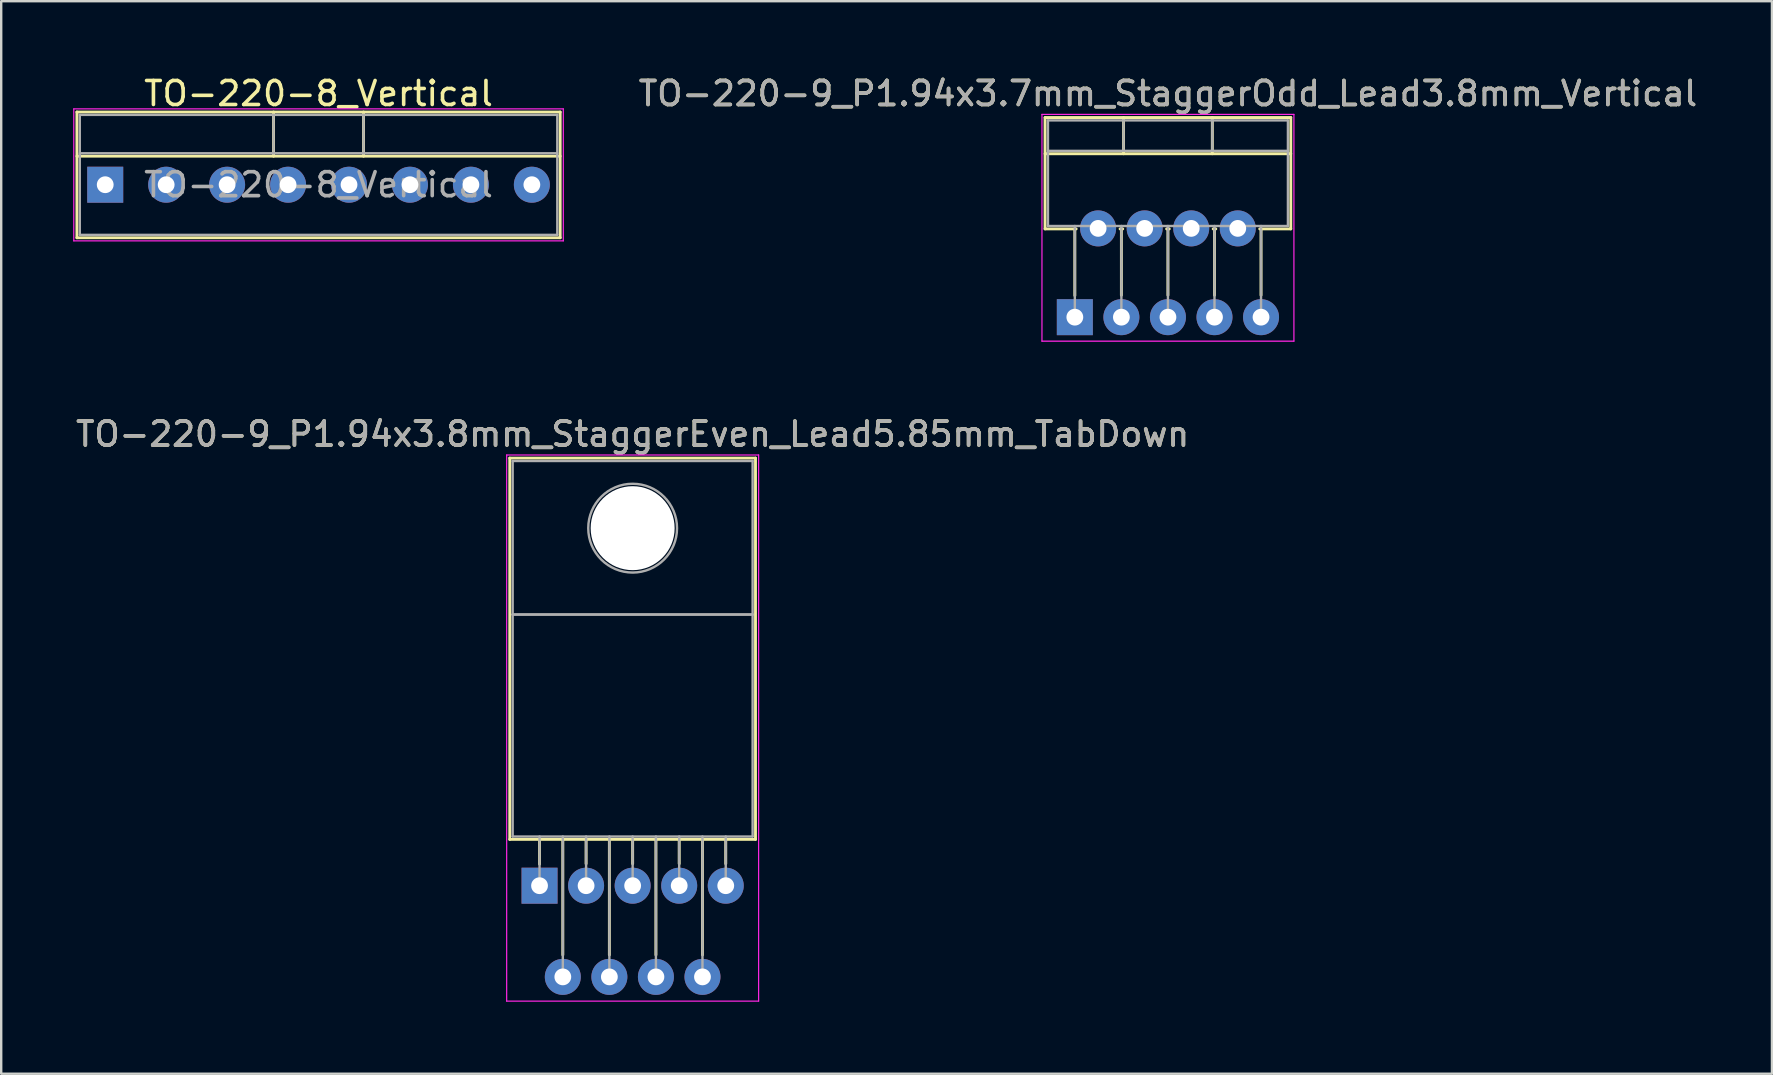
<source format=kicad_pcb>
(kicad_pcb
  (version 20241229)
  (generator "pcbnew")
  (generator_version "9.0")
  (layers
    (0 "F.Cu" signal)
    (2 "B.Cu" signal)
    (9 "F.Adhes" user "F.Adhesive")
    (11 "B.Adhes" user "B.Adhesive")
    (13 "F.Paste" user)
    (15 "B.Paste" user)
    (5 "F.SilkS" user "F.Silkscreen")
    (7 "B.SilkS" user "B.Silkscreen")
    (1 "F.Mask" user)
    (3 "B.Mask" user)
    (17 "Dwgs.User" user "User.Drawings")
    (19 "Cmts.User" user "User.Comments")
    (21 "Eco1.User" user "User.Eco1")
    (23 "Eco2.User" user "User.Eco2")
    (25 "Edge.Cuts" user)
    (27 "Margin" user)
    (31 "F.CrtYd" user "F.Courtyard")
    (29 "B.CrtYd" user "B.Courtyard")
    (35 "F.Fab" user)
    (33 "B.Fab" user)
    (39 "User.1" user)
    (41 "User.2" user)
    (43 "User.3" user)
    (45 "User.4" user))
  (footprint "TO-220-9_P1.94x3.7mm_StaggerOdd_Lead3.8mm_Vertical"
    (layer "F.Cu")
    (at 41.743 10.168)
    (property "Reference" "TO-220-9_P1.94x3.7mm_StaggerOdd_Lead3.8mm_Vertical" (at 3.88 -9.32 0) (layer "F.SilkS") (effects (font (size 1 1) (thickness 0.15))))
    (attr through_hole)
    (fp_line (start -1.241 -8.32) (end -1.241 -3.679) (stroke (width 0.12) (type solid)) (layer "F.SilkS"))
    (fp_line (start -1.241 -8.32) (end 9 -8.32) (stroke (width 0.12) (type solid)) (layer "F.SilkS"))
    (fp_line (start -1.241 -6.811) (end 9 -6.811) (stroke (width 0.12) (type solid)) (layer "F.SilkS"))
    (fp_line (start -1.241 -3.679) (end 0.055 -3.679) (stroke (width 0.12) (type solid)) (layer "F.SilkS"))
    (fp_line (start 0 -3.679) (end 0 -0.9) (stroke (width 0.12) (type solid)) (layer "F.SilkS"))
    (fp_line (start 1.885 -3.679) (end 1.996 -3.679) (stroke (width 0.12) (type solid)) (layer "F.SilkS"))
    (fp_line (start 1.94 -3.679) (end 1.94 -0.915) (stroke (width 0.12) (type solid)) (layer "F.SilkS"))
    (fp_line (start 2.03 -8.32) (end 2.03 -6.811) (stroke (width 0.12) (type solid)) (layer "F.SilkS"))
    (fp_line (start 3.825 -3.679) (end 3.935 -3.679) (stroke (width 0.12) (type solid)) (layer "F.SilkS"))
    (fp_line (start 3.88 -3.679) (end 3.88 -0.915) (stroke (width 0.12) (type solid)) (layer "F.SilkS"))
    (fp_line (start 5.73 -8.32) (end 5.73 -6.811) (stroke (width 0.12) (type solid)) (layer "F.SilkS"))
    (fp_line (start 5.765 -3.679) (end 5.875 -3.679) (stroke (width 0.12) (type solid)) (layer "F.SilkS"))
    (fp_line (start 5.82 -3.679) (end 5.82 -0.915) (stroke (width 0.12) (type solid)) (layer "F.SilkS"))
    (fp_line (start 7.705 -3.679) (end 9 -3.679) (stroke (width 0.12) (type solid)) (layer "F.SilkS"))
    (fp_line (start 7.76 -3.679) (end 7.76 -0.915) (stroke (width 0.12) (type solid)) (layer "F.SilkS"))
    (fp_line (start 9 -8.32) (end 9 -3.679) (stroke (width 0.12) (type solid)) (layer "F.SilkS"))
    (fp_line (start -1.37 -8.45) (end -1.37 1) (stroke (width 0.05) (type solid)) (layer "F.CrtYd"))
    (fp_line (start -1.37 1) (end 9.13 1) (stroke (width 0.05) (type solid)) (layer "F.CrtYd"))
    (fp_line (start 9.13 -8.45) (end -1.37 -8.45) (stroke (width 0.05) (type solid)) (layer "F.CrtYd"))
    (fp_line (start 9.13 1) (end 9.13 -8.45) (stroke (width 0.05) (type solid)) (layer "F.CrtYd"))
    (fp_line (start -1.12 -8.2) (end -1.12 -3.8) (stroke (width 0.1) (type solid)) (layer "F.Fab"))
    (fp_line (start -1.12 -6.93) (end 8.88 -6.93) (stroke (width 0.1) (type solid)) (layer "F.Fab"))
    (fp_line (start -1.12 -3.8) (end 8.88 -3.8) (stroke (width 0.1) (type solid)) (layer "F.Fab"))
    (fp_line (start 0 -3.8) (end 0 0) (stroke (width 0.1) (type solid)) (layer "F.Fab"))
    (fp_line (start 0.97 -3.8) (end 0.97 -3.7) (stroke (width 0.1) (type solid)) (layer "F.Fab"))
    (fp_line (start 1.94 -3.8) (end 1.94 0) (stroke (width 0.1) (type solid)) (layer "F.Fab"))
    (fp_line (start 2.03 -8.2) (end 2.03 -6.93) (stroke (width 0.1) (type solid)) (layer "F.Fab"))
    (fp_line (start 2.91 -3.8) (end 2.91 -3.7) (stroke (width 0.1) (type solid)) (layer "F.Fab"))
    (fp_line (start 3.88 -3.8) (end 3.88 0) (stroke (width 0.1) (type solid)) (layer "F.Fab"))
    (fp_line (start 4.85 -3.8) (end 4.85 -3.7) (stroke (width 0.1) (type solid)) (layer "F.Fab"))
    (fp_line (start 5.73 -8.2) (end 5.73 -6.93) (stroke (width 0.1) (type solid)) (layer "F.Fab"))
    (fp_line (start 5.82 -3.8) (end 5.82 0) (stroke (width 0.1) (type solid)) (layer "F.Fab"))
    (fp_line (start 6.79 -3.8) (end 6.79 -3.7) (stroke (width 0.1) (type solid)) (layer "F.Fab"))
    (fp_line (start 7.76 -3.8) (end 7.76 0) (stroke (width 0.1) (type solid)) (layer "F.Fab"))
    (fp_line (start 8.88 -8.2) (end -1.12 -8.2) (stroke (width 0.1) (type solid)) (layer "F.Fab"))
    (fp_line (start 8.88 -3.8) (end 8.88 -8.2) (stroke (width 0.1) (type solid)) (layer "F.Fab"))
    (fp_text user "${REFERENCE}" (at 3.88 -9.32 0) (layer "F.Fab") (effects (font (size 1 1) (thickness 0.15))))
    (pad "1" thru_hole rect (at 0 0) (size 1.5 1.5) (drill 0.7) (layers "*.Cu" "*.Mask"))
    (pad "2" thru_hole oval (at 0.97 -3.7) (size 1.5 1.5) (drill 0.7) (layers "*.Cu" "*.Mask"))
    (pad "3" thru_hole oval (at 1.94 0) (size 1.5 1.5) (drill 0.7) (layers "*.Cu" "*.Mask"))
    (pad "4" thru_hole oval (at 2.91 -3.7) (size 1.5 1.5) (drill 0.7) (layers "*.Cu" "*.Mask"))
    (pad "5" thru_hole oval (at 3.88 0) (size 1.5 1.5) (drill 0.7) (layers "*.Cu" "*.Mask"))
    (pad "6" thru_hole oval (at 4.85 -3.7) (size 1.5 1.5) (drill 0.7) (layers "*.Cu" "*.Mask"))
    (pad "7" thru_hole oval (at 5.82 0) (size 1.5 1.5) (drill 0.7) (layers "*.Cu" "*.Mask"))
    (pad "8" thru_hole oval (at 6.79 -3.7) (size 1.5 1.5) (drill 0.7) (layers "*.Cu" "*.Mask"))
    (pad "9" thru_hole oval (at 7.76 0) (size 1.5 1.5) (drill 0.7) (layers "*.Cu" "*.Mask")))
  (footprint "TO-220-9_P1.94x3.8mm_StaggerEven_Lead5.85mm_TabDown"
    (layer "F.Cu")
    (at 19.435 33.861)
    (property "Reference" "TO-220-9_P1.94x3.8mm_StaggerEven_Lead5.85mm_TabDown" (at 3.88 -18.82 0) (layer "F.SilkS") (effects (font (size 1 1) (thickness 0.15))))
    (attr through_hole)
    (fp_line (start -1.241 -17.82) (end -1.241 -1.93) (stroke (width 0.12) (type solid)) (layer "F.SilkS"))
    (fp_line (start -1.241 -17.82) (end 9 -17.82) (stroke (width 0.12) (type solid)) (layer "F.SilkS"))
    (fp_line (start -1.241 -1.93) (end 9 -1.93) (stroke (width 0.12) (type solid)) (layer "F.SilkS"))
    (fp_line (start 0 -1.93) (end 0 -0.9) (stroke (width 0.12) (type solid)) (layer "F.SilkS"))
    (fp_line (start 0.97 -1.93) (end 0.97 2.885) (stroke (width 0.12) (type solid)) (layer "F.SilkS"))
    (fp_line (start 1.94 -1.93) (end 1.94 -0.916) (stroke (width 0.12) (type solid)) (layer "F.SilkS"))
    (fp_line (start 2.91 -1.93) (end 2.91 2.885) (stroke (width 0.12) (type solid)) (layer "F.SilkS"))
    (fp_line (start 3.88 -1.93) (end 3.88 -0.916) (stroke (width 0.12) (type solid)) (layer "F.SilkS"))
    (fp_line (start 4.85 -1.93) (end 4.85 2.885) (stroke (width 0.12) (type solid)) (layer "F.SilkS"))
    (fp_line (start 5.82 -1.93) (end 5.82 -0.916) (stroke (width 0.12) (type solid)) (layer "F.SilkS"))
    (fp_line (start 6.79 -1.93) (end 6.79 2.885) (stroke (width 0.12) (type solid)) (layer "F.SilkS"))
    (fp_line (start 7.76 -1.93) (end 7.76 -0.916) (stroke (width 0.12) (type solid)) (layer "F.SilkS"))
    (fp_line (start 9 -17.82) (end 9 -1.93) (stroke (width 0.12) (type solid)) (layer "F.SilkS"))
    (fp_line (start -1.37 -17.95) (end -1.37 4.81) (stroke (width 0.05) (type solid)) (layer "F.CrtYd"))
    (fp_line (start -1.37 4.81) (end 9.13 4.81) (stroke (width 0.05) (type solid)) (layer "F.CrtYd"))
    (fp_line (start 9.13 -17.95) (end -1.37 -17.95) (stroke (width 0.05) (type solid)) (layer "F.CrtYd"))
    (fp_line (start 9.13 4.81) (end 9.13 -17.95) (stroke (width 0.05) (type solid)) (layer "F.CrtYd"))
    (fp_line (start -1.12 -17.7) (end 8.88 -17.7) (stroke (width 0.1) (type solid)) (layer "F.Fab"))
    (fp_line (start -1.12 -11.3) (end -1.12 -17.7) (stroke (width 0.1) (type solid)) (layer "F.Fab"))
    (fp_line (start -1.12 -11.3) (end 8.88 -11.3) (stroke (width 0.1) (type solid)) (layer "F.Fab"))
    (fp_line (start -1.12 -2.05) (end -1.12 -11.3) (stroke (width 0.1) (type solid)) (layer "F.Fab"))
    (fp_line (start 0 -2.05) (end 0 0) (stroke (width 0.1) (type solid)) (layer "F.Fab"))
    (fp_line (start 0.97 -2.05) (end 0.97 3.8) (stroke (width 0.1) (type solid)) (layer "F.Fab"))
    (fp_line (start 1.94 -2.05) (end 1.94 0) (stroke (width 0.1) (type solid)) (layer "F.Fab"))
    (fp_line (start 2.91 -2.05) (end 2.91 3.8) (stroke (width 0.1) (type solid)) (layer "F.Fab"))
    (fp_line (start 3.88 -2.05) (end 3.88 0) (stroke (width 0.1) (type solid)) (layer "F.Fab"))
    (fp_line (start 4.85 -2.05) (end 4.85 3.8) (stroke (width 0.1) (type solid)) (layer "F.Fab"))
    (fp_line (start 5.82 -2.05) (end 5.82 0) (stroke (width 0.1) (type solid)) (layer "F.Fab"))
    (fp_line (start 6.79 -2.05) (end 6.79 3.8) (stroke (width 0.1) (type solid)) (layer "F.Fab"))
    (fp_line (start 7.76 -2.05) (end 7.76 0) (stroke (width 0.1) (type solid)) (layer "F.Fab"))
    (fp_line (start 8.88 -17.7) (end 8.88 -11.3) (stroke (width 0.1) (type solid)) (layer "F.Fab"))
    (fp_line (start 8.88 -11.3) (end -1.12 -11.3) (stroke (width 0.1) (type solid)) (layer "F.Fab"))
    (fp_line (start 8.88 -11.3) (end 8.88 -2.05) (stroke (width 0.1) (type solid)) (layer "F.Fab"))
    (fp_line (start 8.88 -2.05) (end -1.12 -2.05) (stroke (width 0.1) (type solid)) (layer "F.Fab"))
    (fp_circle (center 3.88 -14.9) (end 5.73 -14.9) (stroke (width 0.1) (type solid)) (fill no) (layer "F.Fab"))
    (fp_text user "${REFERENCE}" (at 3.88 -18.82 0) (layer "F.Fab") (effects (font (size 1 1) (thickness 0.15))))
    (pad "" np_thru_hole oval (at 3.88 -14.9) (size 3.5 3.5) (drill 3.5) (layers "*.Cu" "*.Mask"))
    (pad "1" thru_hole rect (at 0 0) (size 1.5 1.5) (drill 0.7) (layers "*.Cu" "*.Mask"))
    (pad "2" thru_hole oval (at 0.97 3.8) (size 1.5 1.5) (drill 0.7) (layers "*.Cu" "*.Mask"))
    (pad "3" thru_hole oval (at 1.94 0) (size 1.5 1.5) (drill 0.7) (layers "*.Cu" "*.Mask"))
    (pad "4" thru_hole oval (at 2.91 3.8) (size 1.5 1.5) (drill 0.7) (layers "*.Cu" "*.Mask"))
    (pad "5" thru_hole oval (at 3.88 0) (size 1.5 1.5) (drill 0.7) (layers "*.Cu" "*.Mask"))
    (pad "6" thru_hole oval (at 4.85 3.8) (size 1.5 1.5) (drill 0.7) (layers "*.Cu" "*.Mask"))
    (pad "7" thru_hole oval (at 5.82 0) (size 1.5 1.5) (drill 0.7) (layers "*.Cu" "*.Mask"))
    (pad "8" thru_hole oval (at 6.79 3.8) (size 1.5 1.5) (drill 0.7) (layers "*.Cu" "*.Mask"))
    (pad "9" thru_hole oval (at 7.76 0) (size 1.5 1.5) (drill 0.7) (layers "*.Cu" "*.Mask")))
  (footprint "TO-220-8_Vertical"
    (layer "F.Cu")
    (at 1.335 4.648)
    (property "Reference" "TO-220-8_Vertical" (at 8.89 -3.8 0) (layer "F.SilkS") (effects (font (size 1 1) (thickness 0.15))))
    (attr through_hole)
    (fp_line (start -1.18 -3.03) (end -1.18 2.211) (stroke (width 0.12) (type solid)) (layer "F.SilkS"))
    (fp_line (start -1.18 -3.03) (end 18.96 -3.03) (stroke (width 0.12) (type solid)) (layer "F.SilkS"))
    (fp_line (start -1.18 -1.19) (end 18.96 -1.19) (stroke (width 0.12) (type solid)) (layer "F.SilkS"))
    (fp_line (start -1.18 2.21) (end 18.96 2.21) (stroke (width 0.12) (type solid)) (layer "F.SilkS"))
    (fp_line (start 7.015 -3.03) (end 7.015 -1.19) (stroke (width 0.12) (type solid)) (layer "F.SilkS"))
    (fp_line (start 10.765 -3.03) (end 10.765 -1.19) (stroke (width 0.12) (type solid)) (layer "F.SilkS"))
    (fp_line (start 18.96 -3.03) (end 18.96 2.21) (stroke (width 0.12) (type solid)) (layer "F.SilkS"))
    (fp_line (start -1.31 -3.16) (end -1.31 2.34) (stroke (width 0.05) (type solid)) (layer "F.CrtYd"))
    (fp_line (start -1.31 2.34) (end 19.09 2.34) (stroke (width 0.05) (type solid)) (layer "F.CrtYd"))
    (fp_line (start 19.09 -3.16) (end -1.31 -3.16) (stroke (width 0.05) (type solid)) (layer "F.CrtYd"))
    (fp_line (start 19.09 2.34) (end 19.09 -3.16) (stroke (width 0.05) (type solid)) (layer "F.CrtYd"))
    (fp_line (start -1.06 -2.91) (end -1.06 2.09) (stroke (width 0.1) (type solid)) (layer "F.Fab"))
    (fp_line (start -1.06 -1.31) (end 18.84 -1.31) (stroke (width 0.1) (type solid)) (layer "F.Fab"))
    (fp_line (start -1.06 2.09) (end 18.84 2.09) (stroke (width 0.1) (type solid)) (layer "F.Fab"))
    (fp_line (start 7.015 -2.91) (end 7.015 -1.31) (stroke (width 0.1) (type solid)) (layer "F.Fab"))
    (fp_line (start 10.765 -2.91) (end 10.765 -1.31) (stroke (width 0.1) (type solid)) (layer "F.Fab"))
    (fp_line (start 18.84 -2.91) (end -1.06 -2.91) (stroke (width 0.1) (type solid)) (layer "F.Fab"))
    (fp_line (start 18.84 2.09) (end 18.84 -2.91) (stroke (width 0.1) (type solid)) (layer "F.Fab"))
    (fp_text user "${REFERENCE}" (at 8.89 0 0) (layer "F.Fab") (effects (font (size 1 1) (thickness 0.15))))
    (pad "1" thru_hole rect (at 0 0) (size 1.5 1.5) (drill 0.7) (layers "*.Cu" "*.Mask"))
    (pad "2" thru_hole oval (at 2.54 0) (size 1.5 1.5) (drill 0.7) (layers "*.Cu" "*.Mask"))
    (pad "3" thru_hole oval (at 5.08 0) (size 1.5 1.5) (drill 0.7) (layers "*.Cu" "*.Mask"))
    (pad "4" thru_hole oval (at 7.62 0) (size 1.5 1.5) (drill 0.7) (layers "*.Cu" "*.Mask"))
    (pad "5" thru_hole oval (at 10.16 0) (size 1.5 1.5) (drill 0.7) (layers "*.Cu" "*.Mask"))
    (pad "6" thru_hole oval (at 12.7 0) (size 1.5 1.5) (drill 0.7) (layers "*.Cu" "*.Mask"))
    (pad "7" thru_hole oval (at 15.24 0) (size 1.5 1.5) (drill 0.7) (layers "*.Cu" "*.Mask"))
    (pad "8" thru_hole oval (at 17.78 0) (size 1.5 1.5) (drill 0.7) (layers "*.Cu" "*.Mask")))
  (gr_rect
    (start -3 -3)
    (end 70.795 41.697)
    (stroke (width 0.1) (type default))
    (fill no)
    (layer "Edge.Cuts")))
</source>
